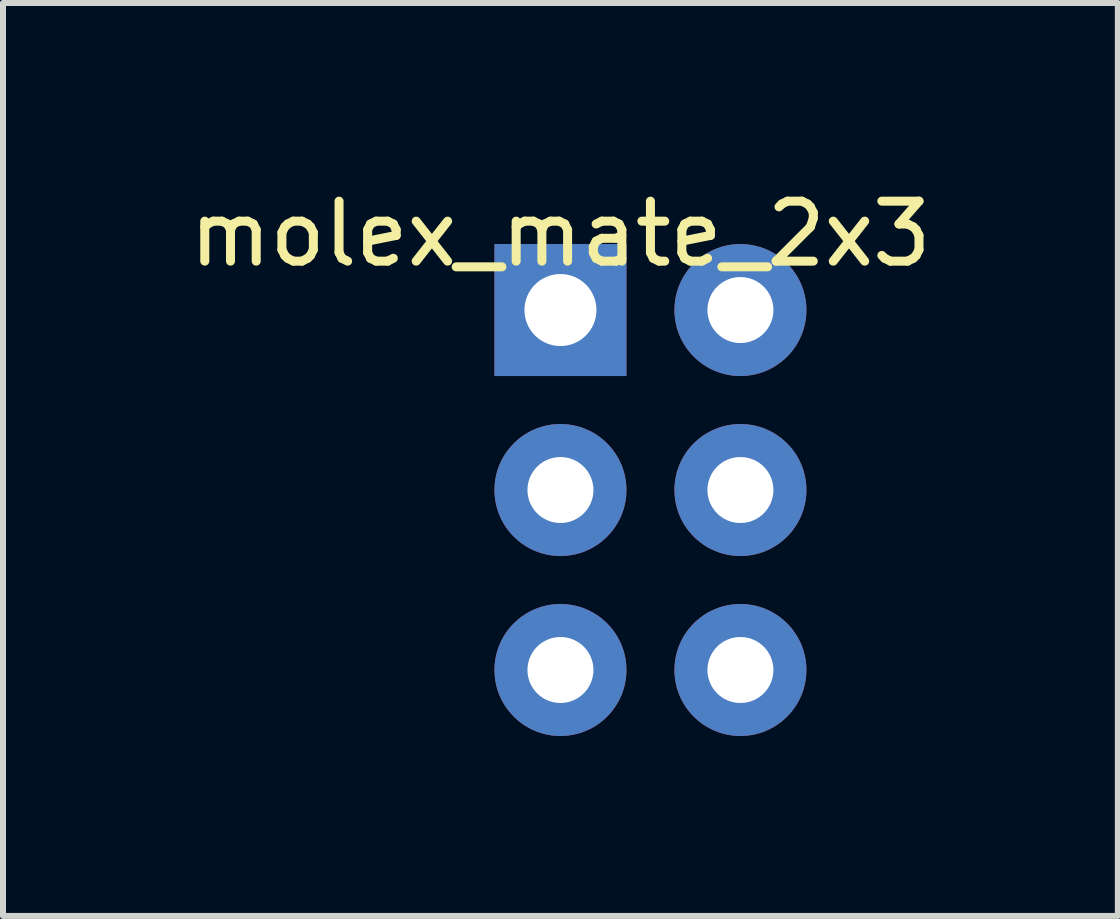
<source format=kicad_pcb>
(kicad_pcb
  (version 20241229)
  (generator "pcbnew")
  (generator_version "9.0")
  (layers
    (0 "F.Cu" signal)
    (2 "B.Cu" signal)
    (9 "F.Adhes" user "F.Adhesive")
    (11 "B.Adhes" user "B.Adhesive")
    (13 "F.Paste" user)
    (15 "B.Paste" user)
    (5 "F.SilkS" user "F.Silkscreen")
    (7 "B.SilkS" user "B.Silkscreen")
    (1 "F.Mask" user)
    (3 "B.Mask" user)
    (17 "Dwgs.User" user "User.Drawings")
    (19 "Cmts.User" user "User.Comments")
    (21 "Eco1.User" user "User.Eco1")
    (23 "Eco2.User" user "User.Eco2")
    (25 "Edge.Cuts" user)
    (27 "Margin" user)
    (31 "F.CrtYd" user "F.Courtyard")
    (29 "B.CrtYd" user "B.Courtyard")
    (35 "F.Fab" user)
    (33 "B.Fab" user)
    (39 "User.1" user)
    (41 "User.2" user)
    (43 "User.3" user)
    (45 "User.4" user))
  (footprint "molex_mate_2x3"
    (layer "F.Cu")
    (at 6.292 2.118)
    (property "Reference" "molex_mate_2x3" (at 0 -1.27 0) (layer "F.SilkS") (effects (font (size 1 1) (thickness 0.15))))
    (attr through_hole)
    (pad "1" thru_hole rect (at 0 0) (size 2.2 2.2) (drill 1.2) (layers "*.Cu" "*.Mask"))
    (pad "2" thru_hole circle (at 3 0) (size 2.2 2.2) (drill 1.1) (layers "*.Cu" "*.Mask"))
    (pad "3" thru_hole circle (at 0 3) (size 2.2 2.2) (drill 1.1) (layers "*.Cu" "*.Mask"))
    (pad "4" thru_hole circle (at 3 3) (size 2.2 2.2) (drill 1.1) (layers "*.Cu" "*.Mask"))
    (pad "5" thru_hole circle (at 0 6) (size 2.2 2.2) (drill 1.1) (layers "*.Cu" "*.Mask"))
    (pad "6" thru_hole circle (at 3 6) (size 2.2 2.2) (drill 1.1) (layers "*.Cu" "*.Mask")))
  (gr_rect
    (start -3 -3)
    (end 15.583 12.218)
    (stroke (width 0.1) (type default))
    (fill no)
    (layer "Edge.Cuts")))
</source>
